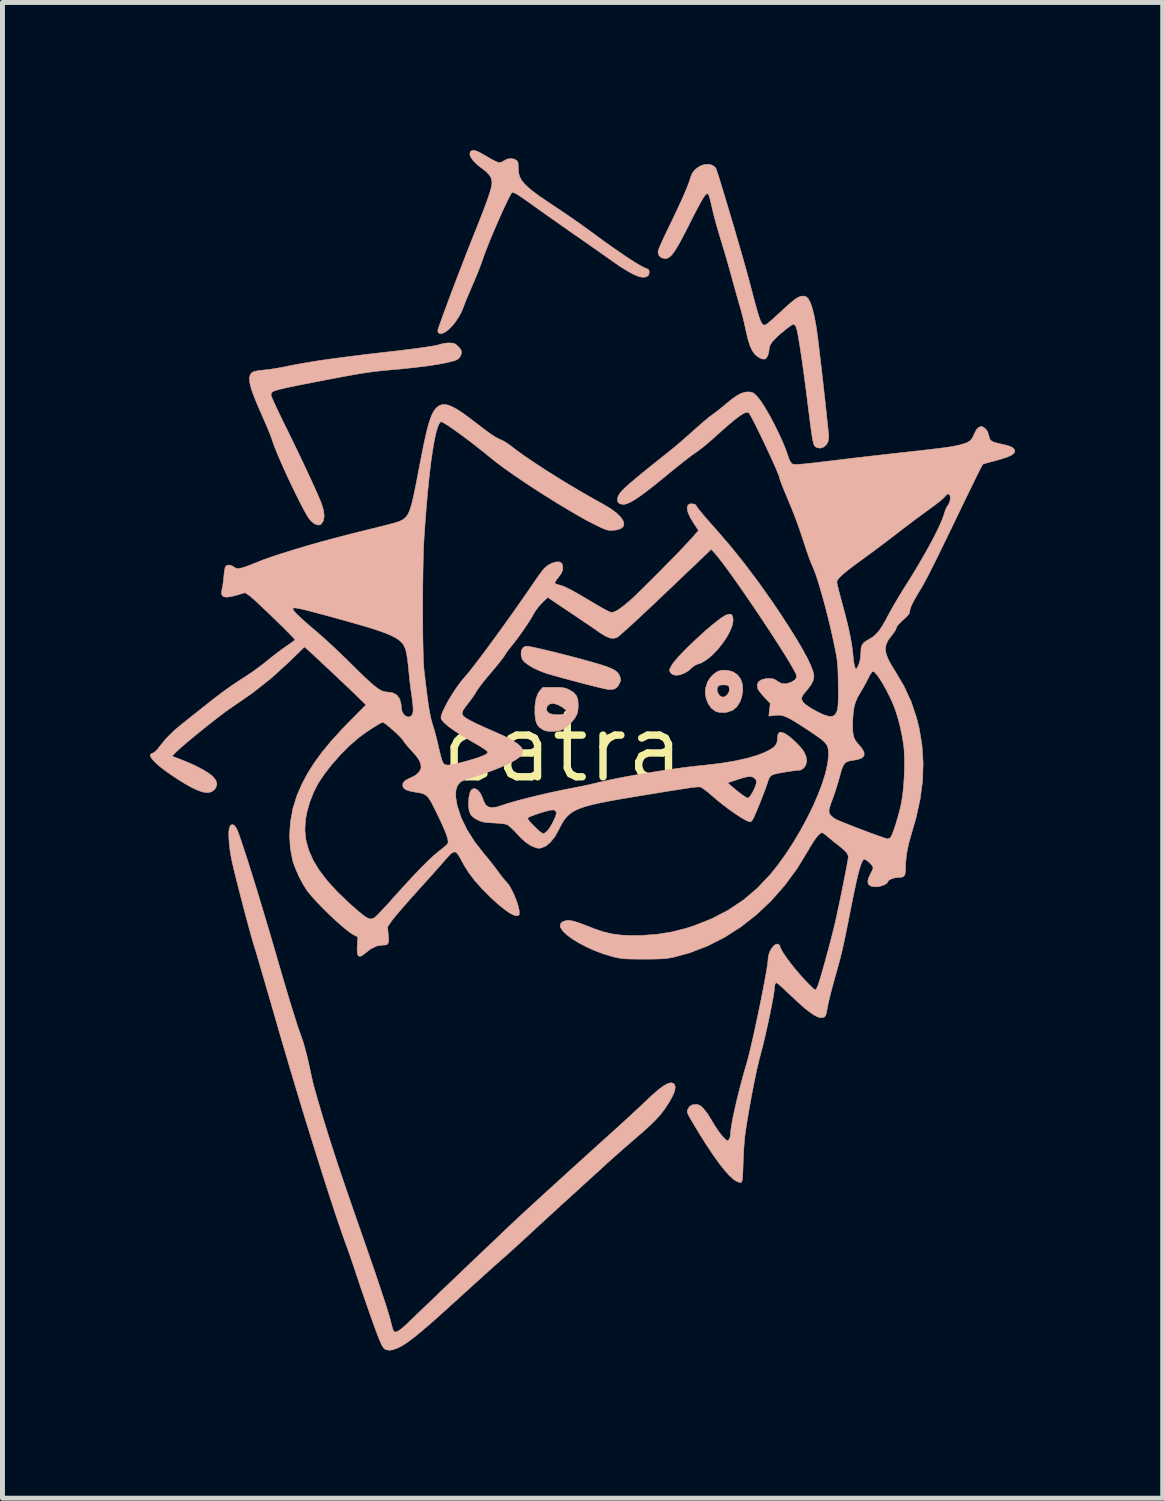
<source format=kicad_pcb>
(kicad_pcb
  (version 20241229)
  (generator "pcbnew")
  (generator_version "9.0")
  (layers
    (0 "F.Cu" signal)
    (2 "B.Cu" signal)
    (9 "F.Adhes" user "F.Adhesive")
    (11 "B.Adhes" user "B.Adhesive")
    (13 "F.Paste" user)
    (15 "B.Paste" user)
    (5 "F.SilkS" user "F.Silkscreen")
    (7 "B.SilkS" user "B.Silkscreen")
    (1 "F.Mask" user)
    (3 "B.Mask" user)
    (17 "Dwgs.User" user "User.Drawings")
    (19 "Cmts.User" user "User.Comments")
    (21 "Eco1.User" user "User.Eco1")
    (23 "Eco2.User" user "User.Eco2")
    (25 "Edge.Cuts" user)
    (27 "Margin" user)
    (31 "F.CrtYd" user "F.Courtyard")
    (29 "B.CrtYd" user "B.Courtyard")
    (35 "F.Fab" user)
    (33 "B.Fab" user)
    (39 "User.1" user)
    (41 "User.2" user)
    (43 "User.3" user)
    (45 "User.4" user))
  (footprint "catra"
    (layer "F.Cu")
    (at 8.384 12.151)
    (property "Reference" "catra" (at 0 0 0) (layer "F.SilkS") (effects (font (size 1.27 1.27) (thickness 0.15))))
    (attr through_hole)
    (fp_poly (pts (xy 3.433 -2.711) (xy 3.455 -2.66) (xy 3.46 -2.598) (xy 3.442 -2.494) (xy 3.394 -2.374) (xy 3.323 -2.245) (xy 3.234 -2.116) (xy 3.133 -1.993) (xy 3.025 -1.883) (xy 2.917 -1.795) (xy 2.815 -1.735) (xy 2.765 -1.717) (xy 2.698 -1.692) (xy 2.644 -1.658) (xy 2.634 -1.648) (xy 2.554 -1.575) (xy 2.464 -1.522) (xy 2.374 -1.49) (xy 2.292 -1.482) (xy 2.225 -1.501) (xy 2.189 -1.534) (xy 2.171 -1.567) (xy 2.168 -1.597) (xy 2.185 -1.636) (xy 2.213 -1.686) (xy 2.26 -1.753) (xy 2.335 -1.841) (xy 2.43 -1.943) (xy 2.541 -2.055) (xy 2.663 -2.172) (xy 2.789 -2.289) (xy 2.915 -2.402) (xy 3.035 -2.504) (xy 3.144 -2.592) (xy 3.236 -2.659) (xy 3.307 -2.702) (xy 3.321 -2.708) (xy 3.389 -2.726) (xy 3.433 -2.711)) (stroke (width 0.01) (type solid)) (fill yes) (layer "B.SilkS"))
    (fp_poly (pts (xy 3.345 -1.583) (xy 3.458 -1.553) (xy 3.548 -1.492) (xy 3.613 -1.405) (xy 3.65 -1.297) (xy 3.657 -1.172) (xy 3.633 -1.036) (xy 3.602 -0.95) (xy 3.536 -0.842) (xy 3.445 -0.769) (xy 3.331 -0.731) (xy 3.284 -0.725) (xy 3.17 -0.73) (xy 3.097 -0.753) (xy 3.015 -0.817) (xy 2.951 -0.91) (xy 2.909 -1.021) (xy 2.893 -1.14) (xy 2.902 -1.222) (xy 3.136 -1.222) (xy 3.136 -1.163) (xy 3.16 -1.103) (xy 3.2 -1.057) (xy 3.253 -1.037) (xy 3.256 -1.037) (xy 3.297 -1.052) (xy 3.341 -1.087) (xy 3.342 -1.088) (xy 3.379 -1.149) (xy 3.383 -1.209) (xy 3.375 -1.254) (xy 3.356 -1.276) (xy 3.312 -1.285) (xy 3.285 -1.287) (xy 3.221 -1.286) (xy 3.172 -1.274) (xy 3.163 -1.269) (xy 3.136 -1.222) (xy 2.902 -1.222) (xy 2.903 -1.231) (xy 2.94 -1.347) (xy 2.998 -1.438) (xy 3.058 -1.499) (xy 3.131 -1.553) (xy 3.204 -1.581) (xy 3.293 -1.586) (xy 3.345 -1.583)) (stroke (width 0.01) (type solid)) (fill yes) (layer "B.SilkS"))
    (fp_poly (pts (xy -0.69 -2.069) (xy -0.61 -2.054) (xy -0.502 -2.03) (xy -0.369 -1.999) (xy -0.219 -1.963) (xy -0.057 -1.923) (xy 0.111 -1.88) (xy 0.28 -1.836) (xy 0.443 -1.792) (xy 0.595 -1.749) (xy 0.629 -1.739) (xy 0.787 -1.692) (xy 0.908 -1.651) (xy 1 -1.614) (xy 1.065 -1.578) (xy 1.111 -1.539) (xy 1.143 -1.496) (xy 1.156 -1.468) (xy 1.174 -1.411) (xy 1.17 -1.363) (xy 1.156 -1.326) (xy 1.111 -1.249) (xy 1.052 -1.205) (xy 0.97 -1.192) (xy 0.889 -1.2) (xy 0.833 -1.212) (xy 0.744 -1.233) (xy 0.629 -1.261) (xy 0.495 -1.295) (xy 0.349 -1.333) (xy 0.198 -1.373) (xy 0.051 -1.412) (xy -0.086 -1.45) (xy -0.205 -1.483) (xy -0.3 -1.511) (xy -0.354 -1.528) (xy -0.48 -1.576) (xy -0.597 -1.631) (xy -0.698 -1.691) (xy -0.775 -1.749) (xy -0.821 -1.801) (xy -0.827 -1.814) (xy -0.849 -1.905) (xy -0.843 -1.983) (xy -0.812 -2.041) (xy -0.76 -2.072) (xy -0.735 -2.074) (xy -0.69 -2.069)) (stroke (width 0.01) (type solid)) (fill yes) (layer "B.SilkS"))
    (fp_poly (pts (xy -0.082 -1.237) (xy -0.008 -1.232) (xy 0.049 -1.221) (xy 0.1 -1.202) (xy 0.138 -1.184) (xy 0.225 -1.128) (xy 0.281 -1.06) (xy 0.309 -0.971) (xy 0.313 -0.854) (xy 0.313 -0.843) (xy 0.305 -0.756) (xy 0.287 -0.69) (xy 0.253 -0.626) (xy 0.234 -0.598) (xy 0.173 -0.524) (xy 0.097 -0.452) (xy 0.058 -0.422) (xy -0.01 -0.38) (xy -0.073 -0.357) (xy -0.15 -0.346) (xy -0.187 -0.343) (xy -0.285 -0.343) (xy -0.356 -0.356) (xy -0.401 -0.375) (xy -0.473 -0.423) (xy -0.522 -0.482) (xy -0.551 -0.563) (xy -0.566 -0.674) (xy -0.567 -0.693) (xy -0.567 -0.806) (xy -0.332 -0.806) (xy -0.322 -0.754) (xy -0.281 -0.712) (xy -0.259 -0.702) (xy -0.188 -0.686) (xy -0.104 -0.68) (xy -0.023 -0.684) (xy 0.039 -0.699) (xy 0.054 -0.707) (xy 0.081 -0.73) (xy 0.08 -0.751) (xy 0.053 -0.784) (xy -0.013 -0.837) (xy -0.095 -0.882) (xy -0.177 -0.907) (xy -0.208 -0.91) (xy -0.272 -0.895) (xy -0.315 -0.856) (xy -0.332 -0.806) (xy -0.567 -0.806) (xy -0.566 -0.859) (xy -0.545 -1.001) (xy -0.505 -1.113) (xy -0.465 -1.171) (xy -0.406 -1.238) (xy -0.187 -1.238) (xy -0.082 -1.237)) (stroke (width 0.01) (type solid)) (fill yes) (layer "B.SilkS"))
    (fp_poly (pts (xy -2.233 -8.23) (xy -2.184 -8.212) (xy -2.135 -8.171) (xy -2.125 -8.162) (xy -2.074 -8.103) (xy -2.056 -8.052) (xy -2.068 -7.995) (xy -2.085 -7.958) (xy -2.118 -7.915) (xy -2.171 -7.884) (xy -2.228 -7.865) (xy -2.375 -7.83) (xy -2.556 -7.796) (xy -2.771 -7.764) (xy -3.024 -7.733) (xy -3.316 -7.703) (xy -3.429 -7.693) (xy -3.583 -7.679) (xy -3.722 -7.665) (xy -3.852 -7.649) (xy -3.982 -7.632) (xy -4.118 -7.611) (xy -4.268 -7.585) (xy -4.439 -7.554) (xy -4.638 -7.517) (xy -4.826 -7.481) (xy -5.068 -7.434) (xy -5.271 -7.394) (xy -5.44 -7.36) (xy -5.576 -7.332) (xy -5.685 -7.308) (xy -5.768 -7.287) (xy -5.83 -7.27) (xy -5.873 -7.253) (xy -5.901 -7.238) (xy -5.917 -7.222) (xy -5.924 -7.205) (xy -5.927 -7.186) (xy -5.927 -7.173) (xy -5.918 -7.143) (xy -5.892 -7.081) (xy -5.851 -6.991) (xy -5.799 -6.878) (xy -5.736 -6.747) (xy -5.666 -6.603) (xy -5.631 -6.533) (xy -5.526 -6.319) (xy -5.421 -6.103) (xy -5.319 -5.889) (xy -5.222 -5.684) (xy -5.132 -5.491) (xy -5.052 -5.316) (xy -4.984 -5.164) (xy -4.931 -5.041) (xy -4.898 -4.957) (xy -4.86 -4.83) (xy -4.848 -4.718) (xy -4.862 -4.628) (xy -4.872 -4.608) (xy -4.912 -4.551) (xy -4.959 -4.533) (xy -5.025 -4.549) (xy -5.028 -4.55) (xy -5.067 -4.576) (xy -5.118 -4.622) (xy -5.143 -4.649) (xy -5.178 -4.699) (xy -5.227 -4.782) (xy -5.287 -4.892) (xy -5.355 -5.025) (xy -5.429 -5.173) (xy -5.506 -5.333) (xy -5.584 -5.497) (xy -5.659 -5.661) (xy -5.729 -5.819) (xy -5.792 -5.964) (xy -5.844 -6.092) (xy -5.883 -6.197) (xy -5.906 -6.266) (xy -5.922 -6.314) (xy -5.953 -6.393) (xy -5.995 -6.496) (xy -6.046 -6.614) (xy -6.101 -6.74) (xy -6.108 -6.756) (xy -6.195 -6.955) (xy -6.263 -7.12) (xy -6.313 -7.255) (xy -6.346 -7.364) (xy -6.363 -7.451) (xy -6.366 -7.518) (xy -6.363 -7.542) (xy -6.349 -7.591) (xy -6.323 -7.625) (xy -6.279 -7.65) (xy -6.21 -7.667) (xy -6.107 -7.68) (xy -6.064 -7.685) (xy -5.948 -7.698) (xy -5.815 -7.719) (xy -5.689 -7.741) (xy -5.658 -7.748) (xy -5.505 -7.779) (xy -5.342 -7.81) (xy -5.167 -7.84) (xy -4.975 -7.871) (xy -4.762 -7.902) (xy -4.525 -7.934) (xy -4.259 -7.968) (xy -3.96 -8.005) (xy -3.625 -8.044) (xy -3.45 -8.064) (xy -3.189 -8.095) (xy -2.968 -8.123) (xy -2.788 -8.149) (xy -2.646 -8.171) (xy -2.541 -8.192) (xy -2.472 -8.21) (xy -2.464 -8.213) (xy -2.411 -8.226) (xy -2.337 -8.233) (xy -2.304 -8.234) (xy -2.233 -8.23)) (stroke (width 0.01) (type solid)) (fill yes) (layer "B.SilkS"))
    (fp_poly (pts (xy -1.786 -12.143) (xy -1.729 -12.123) (xy -1.649 -12.082) (xy -1.542 -12.02) (xy -1.531 -12.013) (xy -1.447 -11.964) (xy -1.371 -11.926) (xy -1.315 -11.901) (xy -1.291 -11.896) (xy -1.242 -11.908) (xy -1.191 -11.938) (xy -1.128 -11.97) (xy -1.056 -11.979) (xy -0.988 -11.969) (xy -0.935 -11.94) (xy -0.909 -11.895) (xy -0.908 -11.889) (xy -0.907 -11.855) (xy -0.905 -11.794) (xy -0.903 -11.746) (xy -0.895 -11.675) (xy -0.875 -11.607) (xy -0.839 -11.54) (xy -0.783 -11.47) (xy -0.706 -11.394) (xy -0.603 -11.31) (xy -0.472 -11.213) (xy -0.309 -11.102) (xy -0.148 -10.995) (xy -0.019 -10.909) (xy 0.132 -10.806) (xy 0.293 -10.694) (xy 0.449 -10.582) (xy 0.59 -10.48) (xy 0.593 -10.478) (xy 0.804 -10.323) (xy 1.001 -10.183) (xy 1.18 -10.059) (xy 1.338 -9.952) (xy 1.474 -9.866) (xy 1.583 -9.801) (xy 1.664 -9.76) (xy 1.703 -9.745) (xy 1.745 -9.723) (xy 1.757 -9.677) (xy 1.757 -9.675) (xy 1.744 -9.613) (xy 1.703 -9.578) (xy 1.629 -9.567) (xy 1.628 -9.567) (xy 1.55 -9.581) (xy 1.447 -9.622) (xy 1.318 -9.692) (xy 1.161 -9.79) (xy 0.976 -9.918) (xy 0.974 -9.92) (xy 0.867 -9.995) (xy 0.736 -10.088) (xy 0.592 -10.189) (xy 0.443 -10.293) (xy 0.302 -10.392) (xy 0.275 -10.41) (xy 0.129 -10.511) (xy -0.033 -10.625) (xy -0.198 -10.741) (xy -0.354 -10.851) (xy -0.489 -10.947) (xy -0.497 -10.953) (xy -0.645 -11.058) (xy -0.761 -11.141) (xy -0.852 -11.203) (xy -0.919 -11.247) (xy -0.967 -11.275) (xy -1 -11.289) (xy -1.021 -11.292) (xy -1.035 -11.287) (xy -1.041 -11.28) (xy -1.072 -11.227) (xy -1.116 -11.141) (xy -1.17 -11.029) (xy -1.231 -10.896) (xy -1.297 -10.749) (xy -1.364 -10.595) (xy -1.43 -10.44) (xy -1.492 -10.29) (xy -1.547 -10.152) (xy -1.593 -10.032) (xy -1.626 -9.938) (xy -1.656 -9.851) (xy -1.699 -9.738) (xy -1.75 -9.61) (xy -1.805 -9.479) (xy -1.836 -9.409) (xy -1.886 -9.291) (xy -1.933 -9.181) (xy -1.972 -9.087) (xy -2 -9.016) (xy -2.011 -8.985) (xy -2.055 -8.873) (xy -2.114 -8.763) (xy -2.182 -8.661) (xy -2.256 -8.571) (xy -2.331 -8.498) (xy -2.402 -8.447) (xy -2.464 -8.422) (xy -2.514 -8.429) (xy -2.526 -8.438) (xy -2.539 -8.47) (xy -2.54 -8.485) (xy -2.533 -8.515) (xy -2.511 -8.58) (xy -2.477 -8.676) (xy -2.433 -8.799) (xy -2.379 -8.945) (xy -2.318 -9.11) (xy -2.251 -9.289) (xy -2.179 -9.478) (xy -2.104 -9.673) (xy -2.028 -9.87) (xy -1.953 -10.064) (xy -1.879 -10.253) (xy -1.808 -10.43) (xy -1.785 -10.488) (xy -1.694 -10.716) (xy -1.619 -10.908) (xy -1.559 -11.068) (xy -1.512 -11.2) (xy -1.478 -11.306) (xy -1.455 -11.389) (xy -1.443 -11.454) (xy -1.439 -11.499) (xy -1.452 -11.576) (xy -1.494 -11.649) (xy -1.569 -11.724) (xy -1.639 -11.778) (xy -1.745 -11.861) (xy -1.823 -11.941) (xy -1.873 -12.014) (xy -1.891 -12.076) (xy -1.875 -12.122) (xy -1.861 -12.134) (xy -1.828 -12.146) (xy -1.786 -12.143)) (stroke (width 0.01) (type solid)) (fill yes) (layer "B.SilkS"))
    (fp_poly (pts (xy 3.003 -11.857) (xy 3.063 -11.828) (xy 3.105 -11.79) (xy 3.108 -11.785) (xy 3.121 -11.75) (xy 3.145 -11.679) (xy 3.178 -11.576) (xy 3.218 -11.446) (xy 3.265 -11.294) (xy 3.316 -11.123) (xy 3.371 -10.939) (xy 3.429 -10.746) (xy 3.487 -10.549) (xy 3.544 -10.352) (xy 3.6 -10.16) (xy 3.653 -9.976) (xy 3.701 -9.807) (xy 3.743 -9.655) (xy 3.778 -9.527) (xy 3.798 -9.451) (xy 3.854 -9.237) (xy 3.901 -9.06) (xy 3.94 -8.918) (xy 3.973 -8.806) (xy 4.001 -8.723) (xy 4.026 -8.663) (xy 4.048 -8.625) (xy 4.069 -8.604) (xy 4.09 -8.597) (xy 4.113 -8.601) (xy 4.128 -8.607) (xy 4.157 -8.627) (xy 4.211 -8.672) (xy 4.282 -8.734) (xy 4.364 -8.809) (xy 4.41 -8.851) (xy 4.535 -8.967) (xy 4.636 -9.056) (xy 4.716 -9.119) (xy 4.781 -9.16) (xy 4.835 -9.182) (xy 4.883 -9.187) (xy 4.929 -9.178) (xy 4.942 -9.173) (xy 4.985 -9.136) (xy 5.027 -9.059) (xy 5.068 -8.94) (xy 5.107 -8.781) (xy 5.145 -8.58) (xy 5.153 -8.53) (xy 5.162 -8.463) (xy 5.176 -8.363) (xy 5.192 -8.234) (xy 5.21 -8.081) (xy 5.23 -7.911) (xy 5.252 -7.727) (xy 5.274 -7.535) (xy 5.296 -7.341) (xy 5.317 -7.149) (xy 5.338 -6.965) (xy 5.356 -6.793) (xy 5.372 -6.64) (xy 5.386 -6.509) (xy 5.396 -6.407) (xy 5.402 -6.338) (xy 5.403 -6.313) (xy 5.389 -6.229) (xy 5.349 -6.161) (xy 5.291 -6.115) (xy 5.224 -6.096) (xy 5.156 -6.11) (xy 5.136 -6.123) (xy 5.122 -6.135) (xy 5.11 -6.152) (xy 5.099 -6.177) (xy 5.088 -6.215) (xy 5.076 -6.269) (xy 5.063 -6.344) (xy 5.049 -6.443) (xy 5.031 -6.569) (xy 5.011 -6.727) (xy 4.986 -6.92) (xy 4.965 -7.091) (xy 4.928 -7.381) (xy 4.893 -7.644) (xy 4.86 -7.88) (xy 4.829 -8.085) (xy 4.802 -8.257) (xy 4.778 -8.394) (xy 4.757 -8.494) (xy 4.74 -8.555) (xy 4.737 -8.564) (xy 4.71 -8.602) (xy 4.687 -8.615) (xy 4.659 -8.602) (xy 4.608 -8.569) (xy 4.545 -8.523) (xy 4.537 -8.516) (xy 4.41 -8.411) (xy 4.316 -8.324) (xy 4.25 -8.251) (xy 4.211 -8.187) (xy 4.193 -8.127) (xy 4.191 -8.1) (xy 4.181 -8.027) (xy 4.156 -7.961) (xy 4.123 -7.915) (xy 4.106 -7.906) (xy 4.052 -7.908) (xy 3.985 -7.937) (xy 3.918 -7.988) (xy 3.901 -8.005) (xy 3.851 -8.074) (xy 3.806 -8.17) (xy 3.764 -8.298) (xy 3.724 -8.464) (xy 3.717 -8.5) (xy 3.69 -8.622) (xy 3.66 -8.75) (xy 3.629 -8.866) (xy 3.611 -8.932) (xy 3.588 -9.009) (xy 3.557 -9.118) (xy 3.521 -9.247) (xy 3.481 -9.389) (xy 3.442 -9.532) (xy 3.438 -9.546) (xy 3.392 -9.712) (xy 3.339 -9.898) (xy 3.284 -10.087) (xy 3.231 -10.265) (xy 3.195 -10.382) (xy 3.152 -10.524) (xy 3.111 -10.67) (xy 3.074 -10.808) (xy 3.044 -10.928) (xy 3.026 -11.007) (xy 3.005 -11.101) (xy 2.984 -11.181) (xy 2.965 -11.237) (xy 2.954 -11.257) (xy 2.938 -11.266) (xy 2.919 -11.262) (xy 2.895 -11.24) (xy 2.864 -11.198) (xy 2.824 -11.132) (xy 2.773 -11.04) (xy 2.708 -10.918) (xy 2.629 -10.764) (xy 2.561 -10.629) (xy 2.467 -10.445) (xy 2.388 -10.295) (xy 2.321 -10.178) (xy 2.265 -10.089) (xy 2.216 -10.025) (xy 2.172 -9.983) (xy 2.131 -9.958) (xy 2.09 -9.949) (xy 2.078 -9.948) (xy 2.003 -9.965) (xy 1.953 -10.009) (xy 1.934 -10.074) (xy 1.937 -10.103) (xy 1.95 -10.142) (xy 1.979 -10.213) (xy 2.021 -10.307) (xy 2.072 -10.418) (xy 2.131 -10.539) (xy 2.142 -10.562) (xy 2.245 -10.775) (xy 2.337 -10.971) (xy 2.418 -11.147) (xy 2.485 -11.3) (xy 2.537 -11.426) (xy 2.573 -11.521) (xy 2.591 -11.583) (xy 2.591 -11.584) (xy 2.627 -11.678) (xy 2.692 -11.76) (xy 2.778 -11.822) (xy 2.874 -11.859) (xy 2.97 -11.864) (xy 3.003 -11.857)) (stroke (width 0.01) (type solid)) (fill yes) (layer "B.SilkS"))
    (fp_poly (pts (xy 4.5 -0.305) (xy 4.571 -0.261) (xy 4.656 -0.193) (xy 4.744 -0.111) (xy 4.825 -0.026) (xy 4.886 0.052) (xy 4.893 0.062) (xy 4.941 0.164) (xy 4.955 0.26) (xy 4.935 0.345) (xy 4.901 0.393) (xy 4.858 0.428) (xy 4.824 0.445) (xy 4.822 0.445) (xy 4.761 0.449) (xy 4.676 0.46) (xy 4.576 0.474) (xy 4.474 0.491) (xy 4.382 0.508) (xy 4.31 0.524) (xy 4.273 0.535) (xy 4.229 0.559) (xy 4.2 0.593) (xy 4.174 0.651) (xy 4.162 0.69) (xy 4.135 0.769) (xy 4.097 0.874) (xy 4.051 0.992) (xy 4.003 1.115) (xy 3.955 1.232) (xy 3.912 1.333) (xy 3.879 1.407) (xy 3.872 1.422) (xy 3.841 1.474) (xy 3.814 1.494) (xy 3.783 1.491) (xy 3.717 1.463) (xy 3.625 1.41) (xy 3.516 1.339) (xy 3.394 1.254) (xy 3.267 1.158) (xy 3.141 1.058) (xy 3.022 0.956) (xy 3.006 0.942) (xy 2.933 0.881) (xy 2.866 0.83) (xy 2.815 0.797) (xy 2.797 0.79) (xy 2.781 0.787) (xy 2.759 0.786) (xy 2.727 0.787) (xy 2.684 0.791) (xy 2.625 0.798) (xy 2.547 0.809) (xy 2.447 0.824) (xy 2.322 0.844) (xy 2.168 0.868) (xy 1.983 0.898) (xy 1.764 0.934) (xy 1.506 0.976) (xy 1.45 0.985) (xy 1.179 1.031) (xy 0.946 1.073) (xy 0.748 1.112) (xy 0.581 1.15) (xy 0.442 1.189) (xy 0.326 1.23) (xy 0.232 1.274) (xy 0.154 1.324) (xy 0.09 1.381) (xy 0.035 1.446) (xy -0.013 1.521) (xy -0.059 1.607) (xy -0.076 1.642) (xy -0.16 1.794) (xy -0.252 1.91) (xy -0.348 1.989) (xy -0.448 2.028) (xy -0.493 2.032) (xy -0.539 2.023) (xy -0.604 1.999) (xy -0.652 1.977) (xy -0.747 1.915) (xy -0.858 1.814) (xy -0.921 1.747) (xy -0.991 1.673) (xy -1.057 1.61) (xy -1.11 1.566) (xy -1.138 1.549) (xy -1.184 1.539) (xy -1.259 1.529) (xy -1.353 1.521) (xy -1.411 1.518) (xy -1.522 1.512) (xy -1.604 1.501) (xy -1.669 1.484) (xy -1.727 1.459) (xy -1.788 1.422) (xy -0.715 1.422) (xy -0.703 1.449) (xy -0.667 1.495) (xy -0.614 1.552) (xy -0.554 1.613) (xy -0.493 1.669) (xy -0.441 1.712) (xy -0.404 1.734) (xy -0.398 1.736) (xy -0.364 1.721) (xy -0.321 1.686) (xy -0.313 1.677) (xy -0.27 1.622) (xy -0.225 1.547) (xy -0.183 1.465) (xy -0.15 1.388) (xy -0.132 1.328) (xy -0.131 1.305) (xy -0.154 1.265) (xy -0.191 1.253) (xy -0.236 1.256) (xy -0.305 1.271) (xy -0.391 1.294) (xy -0.482 1.322) (xy -0.569 1.352) (xy -0.644 1.38) (xy -0.696 1.405) (xy -0.715 1.422) (xy -1.788 1.422) (xy -1.814 1.407) (xy -1.87 1.35) (xy -1.902 1.277) (xy -1.915 1.178) (xy -1.916 1.126) (xy -1.908 0.997) (xy -1.887 0.901) (xy -1.854 0.841) (xy -1.809 0.817) (xy -1.756 0.832) (xy -1.713 0.866) (xy -1.668 0.927) (xy -1.635 1) (xy -1.631 1.01) (xy -1.605 1.08) (xy -1.571 1.143) (xy -1.565 1.151) (xy -1.512 1.192) (xy -1.438 1.206) (xy -1.338 1.193) (xy -1.215 1.154) (xy -1.128 1.124) (xy -1.006 1.089) (xy -0.859 1.048) (xy -0.692 1.005) (xy -0.514 0.962) (xy -0.332 0.919) (xy -0.155 0.88) (xy 0.012 0.845) (xy 0.125 0.823) (xy 0.265 0.796) (xy 0.412 0.766) (xy 0.553 0.736) (xy 0.671 0.708) (xy 0.694 0.703) (xy 3.348 0.703) (xy 3.415 0.761) (xy 3.539 0.865) (xy 3.638 0.942) (xy 3.711 0.991) (xy 3.756 1.012) (xy 3.765 1.012) (xy 3.791 0.991) (xy 3.827 0.942) (xy 3.866 0.875) (xy 3.868 0.87) (xy 3.913 0.772) (xy 3.933 0.7) (xy 3.928 0.649) (xy 3.899 0.611) (xy 3.89 0.604) (xy 3.851 0.583) (xy 3.807 0.574) (xy 3.749 0.579) (xy 3.669 0.598) (xy 3.56 0.632) (xy 3.546 0.637) (xy 3.348 0.703) (xy 0.694 0.703) (xy 0.708 0.699) (xy 0.864 0.662) (xy 1.055 0.622) (xy 1.272 0.58) (xy 1.507 0.538) (xy 1.754 0.497) (xy 2.003 0.457) (xy 2.248 0.421) (xy 2.48 0.389) (xy 2.692 0.364) (xy 2.825 0.35) (xy 3.171 0.311) (xy 3.476 0.262) (xy 3.739 0.205) (xy 3.962 0.139) (xy 4.102 0.084) (xy 4.214 0.027) (xy 4.29 -0.025) (xy 4.336 -0.081) (xy 4.357 -0.145) (xy 4.36 -0.192) (xy 4.368 -0.273) (xy 4.392 -0.317) (xy 4.436 -0.326) (xy 4.5 -0.305)) (stroke (width 0.01) (type solid)) (fill yes) (layer "B.SilkS"))
    (fp_poly (pts (xy -6.675 1.566) (xy -6.632 1.624) (xy -6.609 1.674) (xy -6.576 1.762) (xy -6.533 1.885) (xy -6.482 2.039) (xy -6.422 2.222) (xy -6.356 2.43) (xy -6.284 2.66) (xy -6.207 2.909) (xy -6.127 3.175) (xy -6.043 3.453) (xy -5.957 3.741) (xy -5.871 4.036) (xy -5.79 4.314) (xy -5.724 4.541) (xy -5.659 4.763) (xy -5.596 4.975) (xy -5.536 5.173) (xy -5.481 5.351) (xy -5.432 5.506) (xy -5.392 5.633) (xy -5.36 5.727) (xy -5.342 5.774) (xy -5.269 5.986) (xy -5.201 6.238) (xy -5.163 6.403) (xy -5.135 6.531) (xy -5.109 6.65) (xy -5.086 6.753) (xy -5.068 6.83) (xy -5.058 6.869) (xy -4.965 7.194) (xy -4.865 7.533) (xy -4.755 7.887) (xy -4.635 8.262) (xy -4.502 8.662) (xy -4.356 9.091) (xy -4.196 9.553) (xy -4.128 9.747) (xy -4.01 10.085) (xy -3.902 10.396) (xy -3.804 10.68) (xy -3.719 10.935) (xy -3.645 11.158) (xy -3.583 11.348) (xy -3.535 11.504) (xy -3.501 11.624) (xy -3.481 11.703) (xy -3.463 11.775) (xy -3.442 11.831) (xy -3.426 11.855) (xy -3.393 11.86) (xy -3.346 11.841) (xy -3.281 11.796) (xy -3.196 11.722) (xy -3.097 11.628) (xy -3.048 11.581) (xy -2.972 11.507) (xy -2.872 11.411) (xy -2.752 11.296) (xy -2.614 11.164) (xy -2.464 11.02) (xy -2.304 10.867) (xy -2.137 10.708) (xy -1.967 10.545) (xy -1.798 10.384) (xy -1.632 10.226) (xy -1.474 10.076) (xy -1.327 9.936) (xy -1.194 9.809) (xy -1.079 9.7) (xy -0.994 9.619) (xy -0.923 9.553) (xy -0.824 9.462) (xy -0.701 9.348) (xy -0.557 9.216) (xy -0.397 9.069) (xy -0.223 8.911) (xy -0.039 8.743) (xy 0.151 8.57) (xy 0.344 8.396) (xy 0.535 8.222) (xy 0.722 8.053) (xy 0.9 7.892) (xy 1.019 7.785) (xy 1.149 7.668) (xy 1.284 7.544) (xy 1.416 7.422) (xy 1.538 7.309) (xy 1.641 7.212) (xy 1.686 7.169) (xy 1.831 7.033) (xy 1.952 6.929) (xy 2.052 6.856) (xy 2.132 6.812) (xy 2.195 6.796) (xy 2.242 6.806) (xy 2.261 6.82) (xy 2.284 6.873) (xy 2.275 6.953) (xy 2.233 7.06) (xy 2.159 7.193) (xy 2.144 7.217) (xy 2.083 7.309) (xy 2.022 7.393) (xy 1.957 7.473) (xy 1.88 7.556) (xy 1.789 7.646) (xy 1.677 7.749) (xy 1.539 7.87) (xy 1.471 7.928) (xy 1.343 8.039) (xy 1.212 8.153) (xy 1.087 8.264) (xy 0.973 8.365) (xy 0.88 8.449) (xy 0.836 8.489) (xy 0.762 8.558) (xy 0.663 8.648) (xy 0.546 8.755) (xy 0.419 8.87) (xy 0.288 8.989) (xy 0.18 9.088) (xy 0.036 9.218) (xy -0.123 9.363) (xy -0.287 9.514) (xy -0.446 9.66) (xy -0.589 9.792) (xy -0.656 9.854) (xy -0.776 9.965) (xy -0.899 10.077) (xy -1.016 10.184) (xy -1.12 10.278) (xy -1.204 10.353) (xy -1.238 10.382) (xy -1.3 10.437) (xy -1.388 10.515) (xy -1.497 10.612) (xy -1.62 10.724) (xy -1.754 10.845) (xy -1.892 10.97) (xy -1.981 11.051) (xy -2.207 11.256) (xy -2.404 11.435) (xy -2.576 11.589) (xy -2.725 11.72) (xy -2.854 11.83) (xy -2.965 11.922) (xy -3.06 11.997) (xy -3.142 12.058) (xy -3.214 12.107) (xy -3.278 12.146) (xy -3.337 12.176) (xy -3.347 12.181) (xy -3.448 12.22) (xy -3.528 12.231) (xy -3.6 12.215) (xy -3.614 12.209) (xy -3.645 12.18) (xy -3.681 12.119) (xy -3.724 12.022) (xy -3.744 11.972) (xy -3.786 11.862) (xy -3.838 11.72) (xy -3.898 11.552) (xy -3.963 11.366) (xy -4.031 11.171) (xy -4.1 10.972) (xy -4.165 10.778) (xy -4.223 10.604) (xy -4.268 10.47) (xy -4.318 10.325) (xy -4.367 10.184) (xy -4.41 10.066) (xy -4.414 10.054) (xy -4.475 9.884) (xy -4.546 9.678) (xy -4.627 9.439) (xy -4.715 9.17) (xy -4.81 8.877) (xy -4.91 8.562) (xy -5.015 8.23) (xy -5.123 7.884) (xy -5.233 7.529) (xy -5.343 7.169) (xy -5.452 6.806) (xy -5.56 6.446) (xy -5.664 6.092) (xy -5.765 5.748) (xy -5.813 5.58) (xy -5.881 5.345) (xy -5.947 5.116) (xy -6.011 4.896) (xy -6.071 4.69) (xy -6.125 4.503) (xy -6.174 4.338) (xy -6.214 4.201) (xy -6.246 4.095) (xy -6.268 4.025) (xy -6.268 4.024) (xy -6.297 3.929) (xy -6.333 3.802) (xy -6.375 3.65) (xy -6.421 3.48) (xy -6.47 3.297) (xy -6.519 3.109) (xy -6.567 2.922) (xy -6.613 2.742) (xy -6.655 2.576) (xy -6.69 2.43) (xy -6.718 2.31) (xy -6.736 2.224) (xy -6.739 2.212) (xy -6.761 2.072) (xy -6.777 1.935) (xy -6.785 1.808) (xy -6.786 1.704) (xy -6.778 1.63) (xy -6.778 1.63) (xy -6.753 1.569) (xy -6.717 1.548) (xy -6.675 1.566)) (stroke (width 0.01) (type solid)) (fill yes) (layer "B.SilkS"))
    (fp_poly (pts (xy 3.824 -7.235) (xy 3.868 -7.219) (xy 3.914 -7.181) (xy 3.949 -7.146) (xy 4.008 -7.073) (xy 4.079 -6.968) (xy 4.157 -6.837) (xy 4.239 -6.69) (xy 4.321 -6.532) (xy 4.399 -6.37) (xy 4.47 -6.214) (xy 4.529 -6.068) (xy 4.566 -5.964) (xy 4.598 -5.872) (xy 4.627 -5.814) (xy 4.657 -5.781) (xy 4.671 -5.773) (xy 4.694 -5.768) (xy 4.736 -5.766) (xy 4.799 -5.768) (xy 4.887 -5.775) (xy 5.004 -5.787) (xy 5.154 -5.804) (xy 5.34 -5.826) (xy 5.446 -5.839) (xy 5.656 -5.864) (xy 5.895 -5.893) (xy 6.15 -5.922) (xy 6.409 -5.952) (xy 6.659 -5.981) (xy 6.888 -6.006) (xy 6.943 -6.012) (xy 7.176 -6.038) (xy 7.372 -6.06) (xy 7.534 -6.079) (xy 7.668 -6.095) (xy 7.777 -6.11) (xy 7.867 -6.123) (xy 7.941 -6.136) (xy 8.005 -6.148) (xy 8.062 -6.162) (xy 8.107 -6.173) (xy 8.208 -6.207) (xy 8.277 -6.249) (xy 8.324 -6.309) (xy 8.357 -6.382) (xy 8.399 -6.468) (xy 8.451 -6.519) (xy 8.493 -6.538) (xy 8.526 -6.533) (xy 8.565 -6.507) (xy 8.604 -6.471) (xy 8.632 -6.424) (xy 8.654 -6.355) (xy 8.666 -6.305) (xy 8.68 -6.27) (xy 8.71 -6.242) (xy 8.763 -6.217) (xy 8.845 -6.194) (xy 8.953 -6.17) (xy 9.067 -6.14) (xy 9.141 -6.105) (xy 9.178 -6.063) (xy 9.182 -6.025) (xy 9.162 -5.988) (xy 9.109 -5.951) (xy 9.023 -5.913) (xy 8.899 -5.873) (xy 8.784 -5.841) (xy 8.69 -5.816) (xy 8.61 -5.794) (xy 8.555 -5.777) (xy 8.533 -5.77) (xy 8.52 -5.749) (xy 8.491 -5.694) (xy 8.449 -5.611) (xy 8.395 -5.502) (xy 8.332 -5.373) (xy 8.261 -5.228) (xy 8.203 -5.108) (xy 8.059 -4.81) (xy 7.932 -4.547) (xy 7.821 -4.318) (xy 7.724 -4.119) (xy 7.64 -3.947) (xy 7.568 -3.8) (xy 7.506 -3.676) (xy 7.453 -3.571) (xy 7.408 -3.483) (xy 7.369 -3.409) (xy 7.335 -3.347) (xy 7.305 -3.294) (xy 7.278 -3.247) (xy 7.273 -3.24) (xy 7.188 -3.097) (xy 7.125 -2.985) (xy 7.082 -2.898) (xy 7.057 -2.833) (xy 7.049 -2.785) (xy 7.048 -2.781) (xy 7.031 -2.725) (xy 6.977 -2.664) (xy 6.971 -2.659) (xy 6.87 -2.569) (xy 6.805 -2.499) (xy 6.775 -2.449) (xy 6.773 -2.436) (xy 6.76 -2.402) (xy 6.726 -2.349) (xy 6.679 -2.289) (xy 6.611 -2.199) (xy 6.569 -2.113) (xy 6.553 -2.025) (xy 6.565 -1.93) (xy 6.604 -1.821) (xy 6.672 -1.693) (xy 6.75 -1.568) (xy 6.932 -1.259) (xy 7.076 -0.947) (xy 7.185 -0.623) (xy 7.238 -0.413) (xy 7.297 -0.059) (xy 7.32 0.296) (xy 7.309 0.656) (xy 7.261 1.026) (xy 7.177 1.41) (xy 7.092 1.704) (xy 7.026 1.937) (xy 6.984 2.144) (xy 6.965 2.334) (xy 6.964 2.401) (xy 6.961 2.501) (xy 6.95 2.566) (xy 6.925 2.603) (xy 6.88 2.62) (xy 6.812 2.625) (xy 6.805 2.625) (xy 6.742 2.633) (xy 6.678 2.653) (xy 6.628 2.679) (xy 6.604 2.707) (xy 6.604 2.71) (xy 6.585 2.742) (xy 6.535 2.774) (xy 6.466 2.799) (xy 6.389 2.813) (xy 6.356 2.815) (xy 6.268 2.804) (xy 6.214 2.771) (xy 6.195 2.715) (xy 6.211 2.635) (xy 6.261 2.531) (xy 6.264 2.526) (xy 6.296 2.465) (xy 6.303 2.421) (xy 6.281 2.379) (xy 6.23 2.326) (xy 6.221 2.318) (xy 6.169 2.274) (xy 6.137 2.256) (xy 6.115 2.26) (xy 6.102 2.271) (xy 6.079 2.306) (xy 6.054 2.369) (xy 6.025 2.462) (xy 5.992 2.587) (xy 5.955 2.747) (xy 5.913 2.944) (xy 5.865 3.18) (xy 5.841 3.302) (xy 5.798 3.52) (xy 5.761 3.703) (xy 5.729 3.859) (xy 5.7 3.994) (xy 5.673 4.115) (xy 5.645 4.229) (xy 5.615 4.344) (xy 5.582 4.466) (xy 5.544 4.601) (xy 5.514 4.71) (xy 5.476 4.847) (xy 5.44 4.982) (xy 5.41 5.106) (xy 5.387 5.209) (xy 5.374 5.276) (xy 5.358 5.367) (xy 5.341 5.424) (xy 5.319 5.456) (xy 5.308 5.463) (xy 5.259 5.476) (xy 5.197 5.466) (xy 5.121 5.431) (xy 5.027 5.369) (xy 4.914 5.28) (xy 4.779 5.161) (xy 4.645 5.035) (xy 4.554 4.949) (xy 4.473 4.874) (xy 4.407 4.815) (xy 4.362 4.776) (xy 4.341 4.763) (xy 4.317 4.782) (xy 4.301 4.835) (xy 4.297 4.897) (xy 4.292 4.945) (xy 4.279 5.029) (xy 4.259 5.139) (xy 4.234 5.27) (xy 4.205 5.415) (xy 4.173 5.567) (xy 4.139 5.719) (xy 4.106 5.864) (xy 4.075 5.995) (xy 4.047 6.106) (xy 4.034 6.154) (xy 3.988 6.33) (xy 3.938 6.542) (xy 3.888 6.783) (xy 3.837 7.044) (xy 3.787 7.32) (xy 3.739 7.604) (xy 3.703 7.842) (xy 3.694 7.92) (xy 3.685 8.029) (xy 3.676 8.158) (xy 3.669 8.298) (xy 3.664 8.414) (xy 3.66 8.554) (xy 3.655 8.657) (xy 3.65 8.729) (xy 3.644 8.776) (xy 3.636 8.803) (xy 3.626 8.816) (xy 3.611 8.822) (xy 3.608 8.822) (xy 3.566 8.814) (xy 3.509 8.786) (xy 3.48 8.767) (xy 3.393 8.691) (xy 3.291 8.578) (xy 3.175 8.431) (xy 3.047 8.252) (xy 2.908 8.043) (xy 2.777 7.834) (xy 2.695 7.698) (xy 2.632 7.593) (xy 2.586 7.515) (xy 2.555 7.459) (xy 2.537 7.419) (xy 2.529 7.391) (xy 2.528 7.371) (xy 2.533 7.352) (xy 2.537 7.341) (xy 2.576 7.277) (xy 2.635 7.243) (xy 2.723 7.236) (xy 2.735 7.237) (xy 2.791 7.26) (xy 2.857 7.32) (xy 2.932 7.414) (xy 3.011 7.54) (xy 3.028 7.569) (xy 3.087 7.667) (xy 3.151 7.764) (xy 3.212 7.846) (xy 3.244 7.883) (xy 3.297 7.938) (xy 3.33 7.967) (xy 3.351 7.972) (xy 3.368 7.959) (xy 3.376 7.949) (xy 3.397 7.901) (xy 3.408 7.836) (xy 3.408 7.825) (xy 3.414 7.752) (xy 3.43 7.645) (xy 3.455 7.509) (xy 3.489 7.351) (xy 3.528 7.178) (xy 3.573 6.994) (xy 3.621 6.807) (xy 3.671 6.623) (xy 3.722 6.447) (xy 3.732 6.413) (xy 3.759 6.319) (xy 3.79 6.194) (xy 3.826 6.045) (xy 3.865 5.875) (xy 3.905 5.692) (xy 3.946 5.5) (xy 3.987 5.305) (xy 4.027 5.112) (xy 4.063 4.926) (xy 4.096 4.754) (xy 4.125 4.599) (xy 4.147 4.469) (xy 4.162 4.367) (xy 4.169 4.301) (xy 4.169 4.291) (xy 4.179 4.209) (xy 4.206 4.131) (xy 4.243 4.065) (xy 4.286 4.013) (xy 4.33 3.983) (xy 4.37 3.977) (xy 4.402 4.002) (xy 4.416 4.038) (xy 4.44 4.096) (xy 4.49 4.178) (xy 4.56 4.279) (xy 4.647 4.394) (xy 4.746 4.515) (xy 4.852 4.638) (xy 4.961 4.756) (xy 4.982 4.778) (xy 5.042 4.838) (xy 5.091 4.884) (xy 5.122 4.908) (xy 5.128 4.911) (xy 5.147 4.893) (xy 5.171 4.849) (xy 5.177 4.835) (xy 5.195 4.785) (xy 5.222 4.7) (xy 5.255 4.588) (xy 5.293 4.456) (xy 5.334 4.309) (xy 5.376 4.155) (xy 5.417 4.001) (xy 5.456 3.852) (xy 5.491 3.717) (xy 5.519 3.602) (xy 5.522 3.588) (xy 5.55 3.467) (xy 5.58 3.327) (xy 5.613 3.174) (xy 5.646 3.015) (xy 5.679 2.854) (xy 5.71 2.699) (xy 5.739 2.554) (xy 5.763 2.426) (xy 5.782 2.322) (xy 5.795 2.246) (xy 5.8 2.205) (xy 5.8 2.203) (xy 5.789 2.159) (xy 5.754 2.108) (xy 5.691 2.046) (xy 5.596 1.969) (xy 5.567 1.947) (xy 5.492 1.888) (xy 5.412 1.821) (xy 5.382 1.795) (xy 5.328 1.751) (xy 5.284 1.722) (xy 5.265 1.714) (xy 5.224 1.734) (xy 5.169 1.79) (xy 5.103 1.88) (xy 5.027 2.001) (xy 4.985 2.074) (xy 4.759 2.445) (xy 4.507 2.787) (xy 4.232 3.099) (xy 3.935 3.38) (xy 3.619 3.628) (xy 3.286 3.841) (xy 2.938 4.018) (xy 2.577 4.157) (xy 2.244 4.247) (xy 2.168 4.261) (xy 2.089 4.272) (xy 1.998 4.279) (xy 1.887 4.283) (xy 1.748 4.285) (xy 1.63 4.285) (xy 1.479 4.284) (xy 1.362 4.282) (xy 1.271 4.278) (xy 1.197 4.271) (xy 1.131 4.261) (xy 1.065 4.247) (xy 0.991 4.228) (xy 0.988 4.227) (xy 0.814 4.174) (xy 0.642 4.109) (xy 0.478 4.035) (xy 0.326 3.955) (xy 0.192 3.873) (xy 0.082 3.791) (xy 0.001 3.714) (xy -0.046 3.643) (xy -0.051 3.629) (xy -0.049 3.572) (xy -0.01 3.528) (xy 0.06 3.502) (xy 0.075 3.5) (xy 0.115 3.497) (xy 0.16 3.501) (xy 0.217 3.514) (xy 0.292 3.536) (xy 0.389 3.57) (xy 0.515 3.618) (xy 0.649 3.67) (xy 0.822 3.729) (xy 0.997 3.771) (xy 1.183 3.796) (xy 1.391 3.805) (xy 1.598 3.803) (xy 1.912 3.78) (xy 2.208 3.733) (xy 2.502 3.659) (xy 2.663 3.607) (xy 3.025 3.464) (xy 3.359 3.29) (xy 3.666 3.085) (xy 3.949 2.846) (xy 4.21 2.571) (xy 4.363 2.381) (xy 4.526 2.155) (xy 4.682 1.916) (xy 4.828 1.671) (xy 4.962 1.423) (xy 5.024 1.298) (xy 5.409 1.298) (xy 5.42 1.332) (xy 5.438 1.359) (xy 5.487 1.405) (xy 5.55 1.445) (xy 5.556 1.448) (xy 5.616 1.475) (xy 5.703 1.511) (xy 5.811 1.554) (xy 5.931 1.601) (xy 6.059 1.65) (xy 6.187 1.698) (xy 6.309 1.743) (xy 6.417 1.782) (xy 6.506 1.813) (xy 6.568 1.834) (xy 6.598 1.841) (xy 6.645 1.824) (xy 6.669 1.796) (xy 6.699 1.728) (xy 6.736 1.628) (xy 6.775 1.508) (xy 6.813 1.375) (xy 6.849 1.241) (xy 6.872 1.143) (xy 6.899 0.986) (xy 6.92 0.8) (xy 6.934 0.598) (xy 6.941 0.391) (xy 6.941 0.193) (xy 6.932 0.016) (xy 6.923 -0.07) (xy 6.893 -0.25) (xy 6.853 -0.441) (xy 6.804 -0.626) (xy 6.752 -0.788) (xy 6.743 -0.812) (xy 6.693 -0.937) (xy 6.633 -1.065) (xy 6.569 -1.19) (xy 6.504 -1.307) (xy 6.441 -1.408) (xy 6.384 -1.489) (xy 6.337 -1.542) (xy 6.306 -1.562) (xy 6.278 -1.546) (xy 6.239 -1.489) (xy 6.201 -1.415) (xy 6.153 -1.321) (xy 6.099 -1.223) (xy 6.052 -1.144) (xy 5.989 -1.036) (xy 5.944 -0.933) (xy 5.915 -0.824) (xy 5.898 -0.694) (xy 5.89 -0.569) (xy 5.887 -0.427) (xy 5.893 -0.318) (xy 5.909 -0.234) (xy 5.939 -0.166) (xy 5.984 -0.104) (xy 6.002 -0.085) (xy 6.08 0.009) (xy 6.12 0.086) (xy 6.121 0.146) (xy 6.083 0.193) (xy 6.004 0.226) (xy 5.89 0.247) (xy 5.816 0.259) (xy 5.761 0.281) (xy 5.718 0.319) (xy 5.684 0.38) (xy 5.653 0.47) (xy 5.622 0.582) (xy 5.589 0.701) (xy 5.55 0.827) (xy 5.512 0.943) (xy 5.493 0.995) (xy 5.45 1.111) (xy 5.422 1.195) (xy 5.409 1.254) (xy 5.409 1.298) (xy 5.024 1.298) (xy 5.083 1.177) (xy 5.187 0.938) (xy 5.273 0.712) (xy 5.338 0.502) (xy 5.38 0.314) (xy 5.397 0.153) (xy 5.397 0.133) (xy 5.396 0.058) (xy 5.388 -0.002) (xy 5.37 -0.055) (xy 5.336 -0.104) (xy 5.284 -0.156) (xy 5.208 -0.215) (xy 5.105 -0.287) (xy 4.988 -0.365) (xy 4.84 -0.462) (xy 4.72 -0.537) (xy 4.625 -0.593) (xy 4.548 -0.632) (xy 4.484 -0.656) (xy 4.428 -0.669) (xy 4.374 -0.672) (xy 4.317 -0.668) (xy 4.312 -0.668) (xy 4.185 -0.653) (xy 4.2 -0.782) (xy 4.214 -0.911) (xy 4.098 -1.033) (xy 4.04 -1.098) (xy 3.991 -1.16) (xy 3.963 -1.205) (xy 3.961 -1.21) (xy 3.949 -1.287) (xy 3.974 -1.348) (xy 4.035 -1.392) (xy 4.128 -1.415) (xy 4.188 -1.418) (xy 4.266 -1.412) (xy 4.325 -1.388) (xy 4.361 -1.361) (xy 4.442 -1.316) (xy 4.532 -1.309) (xy 4.636 -1.341) (xy 4.644 -1.345) (xy 4.716 -1.389) (xy 4.748 -1.437) (xy 4.743 -1.496) (xy 4.728 -1.529) (xy 4.672 -1.632) (xy 4.595 -1.764) (xy 4.5 -1.919) (xy 4.39 -2.092) (xy 4.269 -2.281) (xy 4.139 -2.479) (xy 4.004 -2.682) (xy 3.867 -2.886) (xy 3.73 -3.086) (xy 3.597 -3.278) (xy 3.471 -3.457) (xy 3.355 -3.618) (xy 3.252 -3.757) (xy 3.166 -3.869) (xy 3.098 -3.95) (xy 3.096 -3.952) (xy 3.016 -4.042) (xy 2.095 -3.164) (xy 1.928 -3.005) (xy 1.769 -2.855) (xy 1.619 -2.715) (xy 1.483 -2.588) (xy 1.363 -2.478) (xy 1.262 -2.387) (xy 1.183 -2.317) (xy 1.129 -2.271) (xy 1.103 -2.252) (xy 1.035 -2.232) (xy 0.961 -2.239) (xy 0.874 -2.274) (xy 0.768 -2.338) (xy 0.736 -2.36) (xy 0.681 -2.399) (xy 0.598 -2.456) (xy 0.492 -2.528) (xy 0.372 -2.609) (xy 0.242 -2.697) (xy 0.148 -2.76) (xy -0.307 -3.066) (xy -0.42 -2.956) (xy -0.486 -2.884) (xy -0.547 -2.805) (xy -0.587 -2.741) (xy -0.634 -2.656) (xy -0.702 -2.549) (xy -0.781 -2.43) (xy -0.866 -2.309) (xy -0.949 -2.196) (xy -1.023 -2.102) (xy -1.037 -2.085) (xy -1.094 -2.015) (xy -1.143 -1.948) (xy -1.174 -1.898) (xy -1.176 -1.894) (xy -1.2 -1.858) (xy -1.246 -1.796) (xy -1.31 -1.716) (xy -1.386 -1.623) (xy -1.459 -1.537) (xy -1.543 -1.437) (xy -1.621 -1.341) (xy -1.686 -1.256) (xy -1.734 -1.19) (xy -1.756 -1.155) (xy -1.791 -1.096) (xy -1.844 -1.019) (xy -1.903 -0.939) (xy -1.916 -0.923) (xy -1.984 -0.835) (xy -2.026 -0.771) (xy -2.044 -0.724) (xy -2.041 -0.688) (xy -2.021 -0.655) (xy -2.018 -0.652) (xy -1.97 -0.614) (xy -1.881 -0.563) (xy -1.754 -0.499) (xy -1.587 -0.422) (xy -1.383 -0.333) (xy -1.376 -0.33) (xy -1.182 -0.243) (xy -1.03 -0.163) (xy -0.919 -0.09) (xy -0.849 -0.025) (xy -0.829 0.006) (xy -0.813 0.052) (xy -0.819 0.092) (xy -0.84 0.133) (xy -0.89 0.188) (xy -0.979 0.249) (xy -1.106 0.317) (xy -1.268 0.389) (xy -1.463 0.465) (xy -1.689 0.544) (xy -1.943 0.625) (xy -1.988 0.639) (xy -2.079 0.685) (xy -2.141 0.758) (xy -2.173 0.861) (xy -2.175 0.993) (xy -2.148 1.155) (xy -2.142 1.179) (xy -2.063 1.416) (xy -1.944 1.66) (xy -1.787 1.906) (xy -1.595 2.152) (xy -1.587 2.16) (xy -1.509 2.255) (xy -1.426 2.359) (xy -1.352 2.456) (xy -1.321 2.498) (xy -1.261 2.579) (xy -1.199 2.657) (xy -1.147 2.717) (xy -1.134 2.729) (xy -1.089 2.787) (xy -1.039 2.875) (xy -0.989 2.98) (xy -0.944 3.092) (xy -0.909 3.199) (xy -0.888 3.289) (xy -0.885 3.313) (xy -0.884 3.367) (xy -0.895 3.393) (xy -0.926 3.403) (xy -0.933 3.404) (xy -0.99 3.393) (xy -1.072 3.352) (xy -1.173 3.282) (xy -1.292 3.187) (xy -1.426 3.068) (xy -1.479 3.017) (xy -1.651 2.844) (xy -1.791 2.686) (xy -1.906 2.535) (xy -2.002 2.384) (xy -2.043 2.309) (xy -2.099 2.204) (xy -2.145 2.137) (xy -2.187 2.106) (xy -2.231 2.112) (xy -2.284 2.152) (xy -2.353 2.226) (xy -2.383 2.261) (xy -2.428 2.313) (xy -2.497 2.391) (xy -2.584 2.489) (xy -2.686 2.603) (xy -2.797 2.727) (xy -2.914 2.856) (xy -2.95 2.896) (xy -3.065 3.024) (xy -3.174 3.147) (xy -3.273 3.261) (xy -3.358 3.36) (xy -3.425 3.441) (xy -3.469 3.496) (xy -3.478 3.509) (xy -3.56 3.629) (xy -3.545 3.796) (xy -3.539 3.89) (xy -3.543 3.949) (xy -3.563 3.983) (xy -3.603 3.997) (xy -3.667 4) (xy -3.668 4) (xy -3.782 4.018) (xy -3.897 4.074) (xy -3.994 4.148) (xy -4.067 4.205) (xy -4.12 4.229) (xy -4.155 4.217) (xy -4.174 4.169) (xy -4.179 4.083) (xy -4.175 3.999) (xy -4.164 3.835) (xy -4.246 3.793) (xy -4.316 3.749) (xy -4.408 3.678) (xy -4.516 3.587) (xy -4.635 3.481) (xy -4.757 3.366) (xy -4.878 3.247) (xy -4.991 3.13) (xy -5.09 3.02) (xy -5.171 2.924) (xy -5.199 2.886) (xy -5.279 2.76) (xy -5.358 2.611) (xy -5.427 2.454) (xy -5.48 2.309) (xy -5.49 2.275) (xy -5.536 2.029) (xy -5.551 1.767) (xy -5.544 1.66) (xy -5.24 1.66) (xy -5.219 1.862) (xy -5.165 2.064) (xy -5.076 2.268) (xy -4.952 2.475) (xy -4.79 2.687) (xy -4.591 2.907) (xy -4.352 3.137) (xy -4.245 3.232) (xy -4.135 3.327) (xy -4.051 3.395) (xy -3.986 3.439) (xy -3.936 3.463) (xy -3.895 3.468) (xy -3.857 3.458) (xy -3.819 3.437) (xy -3.79 3.411) (xy -3.738 3.359) (xy -3.667 3.285) (xy -3.583 3.194) (xy -3.489 3.091) (xy -3.434 3.029) (xy -3.226 2.798) (xy -3.042 2.599) (xy -2.881 2.431) (xy -2.742 2.292) (xy -2.623 2.181) (xy -2.522 2.096) (xy -2.501 2.08) (xy -2.431 2.025) (xy -2.375 1.976) (xy -2.34 1.941) (xy -2.334 1.931) (xy -2.33 1.89) (xy -2.341 1.828) (xy -2.37 1.74) (xy -2.417 1.625) (xy -2.483 1.479) (xy -2.55 1.34) (xy -2.616 1.205) (xy -2.668 1.103) (xy -2.713 1.029) (xy -2.755 0.977) (xy -2.799 0.943) (xy -2.851 0.92) (xy -2.915 0.905) (xy -2.998 0.892) (xy -3.001 0.891) (xy -3.11 0.87) (xy -3.183 0.846) (xy -3.228 0.814) (xy -3.251 0.772) (xy -3.252 0.766) (xy -3.247 0.708) (xy -3.2 0.655) (xy -3.113 0.609) (xy -3.093 0.601) (xy -2.997 0.553) (xy -2.925 0.49) (xy -2.885 0.419) (xy -2.879 0.38) (xy -2.889 0.31) (xy -2.922 0.235) (xy -2.983 0.15) (xy -3.074 0.048) (xy -3.079 0.042) (xy -3.143 -0.028) (xy -3.2 -0.096) (xy -3.238 -0.15) (xy -3.246 -0.163) (xy -3.272 -0.196) (xy -3.32 -0.247) (xy -3.384 -0.309) (xy -3.455 -0.373) (xy -3.526 -0.434) (xy -3.589 -0.485) (xy -3.636 -0.519) (xy -3.658 -0.529) (xy -3.689 -0.517) (xy -3.747 -0.485) (xy -3.823 -0.439) (xy -3.91 -0.383) (xy -4 -0.322) (xy -4.085 -0.261) (xy -4.148 -0.214) (xy -4.33 -0.056) (xy -4.515 0.128) (xy -4.69 0.327) (xy -4.848 0.529) (xy -4.972 0.716) (xy -5.063 0.894) (xy -5.142 1.096) (xy -5.2 1.306) (xy -5.228 1.456) (xy -5.24 1.66) (xy -5.544 1.66) (xy -5.533 1.497) (xy -5.485 1.23) (xy -5.406 0.975) (xy -5.398 0.953) (xy -5.301 0.73) (xy -5.187 0.515) (xy -5.054 0.302) (xy -4.896 0.086) (xy -4.712 -0.138) (xy -4.496 -0.375) (xy -4.356 -0.52) (xy -3.999 -0.882) (xy -4.217 -1.094) (xy -4.288 -1.162) (xy -4.377 -1.248) (xy -4.482 -1.347) (xy -4.595 -1.454) (xy -4.712 -1.564) (xy -4.828 -1.673) (xy -4.937 -1.775) (xy -5.035 -1.866) (xy -5.116 -1.942) (xy -5.176 -1.996) (xy -5.202 -2.019) (xy -5.249 -2.059) (xy -5.576 -1.74) (xy -5.926 -1.422) (xy -6.303 -1.124) (xy -6.714 -0.84) (xy -6.717 -0.838) (xy -6.794 -0.785) (xy -6.895 -0.711) (xy -7.013 -0.621) (xy -7.143 -0.52) (xy -7.279 -0.412) (xy -7.415 -0.302) (xy -7.545 -0.195) (xy -7.663 -0.096) (xy -7.764 -0.009) (xy -7.841 0.061) (xy -7.88 0.099) (xy -7.938 0.162) (xy -7.753 0.232) (xy -7.6 0.294) (xy -7.452 0.362) (xy -7.319 0.431) (xy -7.207 0.499) (xy -7.126 0.559) (xy -7.108 0.576) (xy -7.047 0.654) (xy -7.028 0.728) (xy -7.049 0.8) (xy -7.078 0.84) (xy -7.133 0.883) (xy -7.204 0.902) (xy -7.293 0.894) (xy -7.403 0.86) (xy -7.536 0.799) (xy -7.694 0.71) (xy -7.879 0.593) (xy -7.908 0.573) (xy -8.062 0.467) (xy -8.187 0.371) (xy -8.282 0.286) (xy -8.347 0.216) (xy -8.379 0.161) (xy -8.377 0.122) (xy -8.339 0.103) (xy -8.335 0.102) (xy -8.296 0.081) (xy -8.248 0.036) (xy -8.219 0) (xy -8.067 -0.189) (xy -7.895 -0.36) (xy -7.758 -0.475) (xy -7.675 -0.541) (xy -7.57 -0.625) (xy -7.452 -0.718) (xy -7.333 -0.813) (xy -7.26 -0.871) (xy -7.098 -0.999) (xy -6.958 -1.106) (xy -6.83 -1.2) (xy -6.706 -1.287) (xy -6.575 -1.374) (xy -6.435 -1.465) (xy -6.323 -1.539) (xy -6.198 -1.629) (xy -6.076 -1.721) (xy -6 -1.782) (xy -5.9 -1.863) (xy -5.79 -1.948) (xy -5.686 -2.024) (xy -5.615 -2.074) (xy -5.541 -2.125) (xy -5.483 -2.167) (xy -5.448 -2.195) (xy -5.441 -2.203) (xy -5.455 -2.223) (xy -5.496 -2.267) (xy -5.558 -2.331) (xy -5.637 -2.411) (xy -5.729 -2.502) (xy -5.83 -2.6) (xy -5.933 -2.7) (xy -6.035 -2.799) (xy -6.082 -2.842) (xy -5.485 -2.842) (xy -5.483 -2.82) (xy -5.454 -2.779) (xy -5.395 -2.716) (xy -5.306 -2.632) (xy -5.185 -2.524) (xy -5.032 -2.393) (xy -5.006 -2.371) (xy -4.907 -2.285) (xy -4.787 -2.177) (xy -4.653 -2.053) (xy -4.514 -1.921) (xy -4.378 -1.79) (xy -4.284 -1.697) (xy -4.134 -1.549) (xy -4.009 -1.428) (xy -3.906 -1.334) (xy -3.821 -1.261) (xy -3.751 -1.209) (xy -3.692 -1.174) (xy -3.64 -1.153) (xy -3.593 -1.144) (xy -3.568 -1.143) (xy -3.455 -1.127) (xy -3.37 -1.08) (xy -3.314 -1.001) (xy -3.285 -0.891) (xy -3.282 -0.834) (xy -3.268 -0.754) (xy -3.234 -0.69) (xy -3.188 -0.649) (xy -3.135 -0.634) (xy -3.085 -0.652) (xy -3.067 -0.669) (xy -3.049 -0.706) (xy -3.041 -0.763) (xy -3.043 -0.848) (xy -3.055 -0.964) (xy -3.074 -1.101) (xy -3.09 -1.215) (xy -3.107 -1.353) (xy -3.122 -1.495) (xy -3.132 -1.598) (xy -3.144 -1.713) (xy -3.158 -1.824) (xy -3.173 -1.918) (xy -3.187 -1.983) (xy -3.187 -1.983) (xy -3.207 -2.041) (xy -3.233 -2.094) (xy -3.269 -2.143) (xy -3.317 -2.189) (xy -3.381 -2.234) (xy -3.463 -2.278) (xy -3.566 -2.324) (xy -3.694 -2.372) (xy -3.849 -2.424) (xy -4.034 -2.481) (xy -4.252 -2.544) (xy -4.506 -2.615) (xy -4.72 -2.674) (xy -4.92 -2.728) (xy -5.082 -2.771) (xy -5.211 -2.804) (xy -5.31 -2.828) (xy -5.384 -2.843) (xy -5.434 -2.85) (xy -5.467 -2.849) (xy -5.484 -2.843) (xy -5.485 -2.842) (xy -6.082 -2.842) (xy -6.132 -2.89) (xy -6.218 -2.971) (xy -6.29 -3.036) (xy -6.342 -3.081) (xy -6.366 -3.1) (xy -6.456 -3.16) (xy -6.61 -3.114) (xy -6.738 -3.081) (xy -6.832 -3.069) (xy -6.894 -3.08) (xy -6.927 -3.114) (xy -6.934 -3.171) (xy -6.924 -3.228) (xy -6.91 -3.297) (xy -6.897 -3.39) (xy -6.887 -3.485) (xy -6.887 -3.487) (xy -6.878 -3.571) (xy -6.867 -3.641) (xy -6.856 -3.685) (xy -6.854 -3.688) (xy -6.818 -3.719) (xy -6.762 -3.721) (xy -6.699 -3.694) (xy -6.682 -3.683) (xy -6.641 -3.657) (xy -6.599 -3.65) (xy -6.537 -3.66) (xy -6.535 -3.661) (xy -6.47 -3.679) (xy -6.384 -3.71) (xy -6.292 -3.746) (xy -6.274 -3.753) (xy -6.118 -3.816) (xy -5.925 -3.885) (xy -5.7 -3.959) (xy -5.447 -4.038) (xy -5.172 -4.12) (xy -4.878 -4.203) (xy -4.571 -4.285) (xy -4.255 -4.367) (xy -4.064 -4.414) (xy -3.865 -4.463) (xy -3.704 -4.503) (xy -3.575 -4.536) (xy -3.474 -4.562) (xy -3.397 -4.584) (xy -3.34 -4.603) (xy -3.298 -4.619) (xy -3.267 -4.634) (xy -3.242 -4.65) (xy -3.23 -4.659) (xy -3.196 -4.688) (xy -3.167 -4.723) (xy -3.14 -4.766) (xy -3.115 -4.822) (xy -3.089 -4.895) (xy -3.063 -4.989) (xy -3.035 -5.108) (xy -3.004 -5.257) (xy -2.968 -5.438) (xy -2.926 -5.657) (xy -2.921 -5.683) (xy -2.872 -5.936) (xy -2.829 -6.151) (xy -2.79 -6.331) (xy -2.755 -6.48) (xy -2.721 -6.602) (xy -2.69 -6.7) (xy -2.658 -6.779) (xy -2.626 -6.841) (xy -2.591 -6.89) (xy -2.571 -6.913) (xy -2.511 -6.961) (xy -2.443 -6.984) (xy -2.363 -6.98) (xy -2.268 -6.948) (xy -2.154 -6.888) (xy -2.018 -6.799) (xy -1.891 -6.705) (xy -1.791 -6.629) (xy -1.684 -6.547) (xy -1.584 -6.471) (xy -1.531 -6.431) (xy -1.448 -6.372) (xy -1.364 -6.319) (xy -1.293 -6.282) (xy -1.274 -6.274) (xy -1.198 -6.238) (xy -1.117 -6.188) (xy -1.079 -6.16) (xy -0.942 -6.055) (xy -0.773 -5.933) (xy -0.576 -5.8) (xy -0.358 -5.657) (xy -0.123 -5.509) (xy 0.123 -5.358) (xy 0.375 -5.209) (xy 0.628 -5.064) (xy 0.828 -4.953) (xy 0.974 -4.865) (xy 1.09 -4.779) (xy 1.173 -4.697) (xy 1.225 -4.622) (xy 1.242 -4.556) (xy 1.226 -4.501) (xy 1.174 -4.459) (xy 1.087 -4.434) (xy 1.032 -4.429) (xy 0.975 -4.426) (xy 0.926 -4.429) (xy 0.877 -4.441) (xy 0.818 -4.464) (xy 0.738 -4.501) (xy 0.66 -4.539) (xy 0.495 -4.624) (xy 0.305 -4.73) (xy 0.097 -4.852) (xy -0.124 -4.985) (xy -0.351 -5.127) (xy -0.578 -5.272) (xy -0.798 -5.418) (xy -1.004 -5.558) (xy -1.192 -5.691) (xy -1.353 -5.811) (xy -1.46 -5.896) (xy -1.602 -6.012) (xy -1.746 -6.125) (xy -1.887 -6.235) (xy -2.023 -6.337) (xy -2.148 -6.428) (xy -2.259 -6.507) (xy -2.352 -6.569) (xy -2.423 -6.612) (xy -2.467 -6.633) (xy -2.48 -6.634) (xy -2.513 -6.592) (xy -2.547 -6.51) (xy -2.581 -6.389) (xy -2.614 -6.23) (xy -2.647 -6.036) (xy -2.68 -5.808) (xy -2.711 -5.547) (xy -2.741 -5.256) (xy -2.77 -4.935) (xy -2.797 -4.588) (xy -2.819 -4.265) (xy -2.826 -4.13) (xy -2.832 -3.966) (xy -2.837 -3.777) (xy -2.841 -3.57) (xy -2.844 -3.349) (xy -2.846 -3.12) (xy -2.846 -2.888) (xy -2.846 -2.658) (xy -2.845 -2.437) (xy -2.843 -2.228) (xy -2.839 -2.038) (xy -2.835 -1.872) (xy -2.83 -1.735) (xy -2.823 -1.632) (xy -2.82 -1.598) (xy -2.793 -1.365) (xy -2.769 -1.169) (xy -2.748 -1.007) (xy -2.729 -0.873) (xy -2.711 -0.763) (xy -2.694 -0.672) (xy -2.678 -0.597) (xy -2.66 -0.531) (xy -2.646 -0.487) (xy -2.617 -0.392) (xy -2.584 -0.271) (xy -2.551 -0.142) (xy -2.528 -0.042) (xy -2.504 0.064) (xy -2.479 0.16) (xy -2.458 0.235) (xy -2.442 0.279) (xy -2.441 0.28) (xy -2.42 0.313) (xy -2.392 0.333) (xy -2.351 0.342) (xy -2.291 0.34) (xy -2.207 0.325) (xy -2.093 0.298) (xy -1.962 0.263) (xy -1.816 0.221) (xy -1.694 0.181) (xy -1.603 0.144) (xy -1.545 0.113) (xy -1.524 0.088) (xy -1.524 0.088) (xy -1.532 0.068) (xy -1.56 0.041) (xy -1.611 0.004) (xy -1.69 -0.045) (xy -1.801 -0.11) (xy -1.831 -0.127) (xy -2.03 -0.245) (xy -2.194 -0.35) (xy -2.321 -0.441) (xy -2.411 -0.518) (xy -2.463 -0.581) (xy -2.477 -0.622) (xy -2.464 -0.682) (xy -2.43 -0.767) (xy -2.378 -0.872) (xy -2.313 -0.989) (xy -2.238 -1.112) (xy -2.158 -1.232) (xy -2.078 -1.343) (xy -2 -1.437) (xy -1.985 -1.454) (xy -1.928 -1.521) (xy -1.85 -1.618) (xy -1.754 -1.742) (xy -1.642 -1.889) (xy -1.519 -2.055) (xy -1.387 -2.235) (xy -1.249 -2.425) (xy -1.108 -2.622) (xy -0.966 -2.821) (xy -0.828 -3.019) (xy -0.695 -3.21) (xy -0.619 -3.321) (xy -0.551 -3.42) (xy -0.487 -3.51) (xy -0.432 -3.585) (xy -0.393 -3.636) (xy -0.383 -3.648) (xy -0.311 -3.711) (xy -0.229 -3.757) (xy -0.148 -3.783) (xy -0.076 -3.787) (xy -0.026 -3.764) (xy -0.025 -3.763) (xy -0.008 -3.726) (xy -0.000171 -3.669) (xy 0 -3.66) (xy -0.008 -3.602) (xy -0.037 -3.543) (xy -0.085 -3.479) (xy -0.128 -3.423) (xy -0.156 -3.378) (xy -0.163 -3.356) (xy -0.139 -3.338) (xy -0.09 -3.322) (xy -0.078 -3.319) (xy -0.022 -3.303) (xy 0.045 -3.277) (xy 0.127 -3.237) (xy 0.231 -3.182) (xy 0.361 -3.107) (xy 0.497 -3.027) (xy 0.599 -2.966) (xy 0.693 -2.911) (xy 0.771 -2.866) (xy 0.823 -2.836) (xy 0.836 -2.829) (xy 0.897 -2.797) (xy 0.949 -2.77) (xy 0.993 -2.76) (xy 1.05 -2.773) (xy 1.123 -2.811) (xy 1.216 -2.877) (xy 1.332 -2.972) (xy 1.368 -3.004) (xy 1.432 -3.062) (xy 1.52 -3.146) (xy 1.627 -3.251) (xy 1.749 -3.371) (xy 1.88 -3.502) (xy 2.016 -3.639) (xy 2.151 -3.777) (xy 2.282 -3.91) (xy 2.402 -4.035) (xy 2.506 -4.145) (xy 2.591 -4.236) (xy 2.636 -4.287) (xy 2.757 -4.424) (xy 2.662 -4.567) (xy 2.587 -4.692) (xy 2.541 -4.797) (xy 2.525 -4.878) (xy 2.54 -4.935) (xy 2.574 -4.962) (xy 2.617 -4.967) (xy 2.665 -4.959) (xy 2.701 -4.943) (xy 2.709 -4.93) (xy 2.723 -4.904) (xy 2.763 -4.851) (xy 2.825 -4.775) (xy 2.906 -4.679) (xy 3.004 -4.567) (xy 3.113 -4.445) (xy 3.396 -4.117) (xy 3.687 -3.756) (xy 3.978 -3.368) (xy 4.265 -2.962) (xy 4.414 -2.741) (xy 4.594 -2.464) (xy 4.747 -2.22) (xy 4.872 -2.006) (xy 4.97 -1.825) (xy 5.041 -1.674) (xy 5.084 -1.555) (xy 5.101 -1.467) (xy 5.101 -1.459) (xy 5.086 -1.376) (xy 5.039 -1.283) (xy 4.957 -1.177) (xy 4.939 -1.157) (xy 4.882 -1.086) (xy 4.854 -1.033) (xy 4.853 -0.988) (xy 4.878 -0.94) (xy 4.88 -0.936) (xy 4.919 -0.898) (xy 4.987 -0.849) (xy 5.073 -0.795) (xy 5.168 -0.742) (xy 5.262 -0.697) (xy 5.315 -0.675) (xy 5.409 -0.647) (xy 5.478 -0.648) (xy 5.528 -0.679) (xy 5.563 -0.736) (xy 5.575 -0.769) (xy 5.584 -0.809) (xy 5.59 -0.864) (xy 5.594 -0.938) (xy 5.596 -1.039) (xy 5.596 -1.173) (xy 5.595 -1.27) (xy 5.593 -1.428) (xy 5.59 -1.553) (xy 5.585 -1.656) (xy 5.578 -1.747) (xy 5.566 -1.835) (xy 5.549 -1.932) (xy 5.527 -2.045) (xy 5.525 -2.053) (xy 5.483 -2.252) (xy 5.436 -2.459) (xy 5.385 -2.669) (xy 5.332 -2.876) (xy 5.278 -3.074) (xy 5.225 -3.257) (xy 5.189 -3.377) (xy 5.567 -3.377) (xy 5.572 -3.344) (xy 5.588 -3.277) (xy 5.611 -3.183) (xy 5.641 -3.069) (xy 5.675 -2.942) (xy 5.684 -2.91) (xy 5.75 -2.663) (xy 5.802 -2.448) (xy 5.842 -2.261) (xy 5.871 -2.093) (xy 5.891 -1.939) (xy 5.896 -1.884) (xy 5.909 -1.762) (xy 5.925 -1.673) (xy 5.944 -1.621) (xy 5.959 -1.609) (xy 5.974 -1.626) (xy 5.998 -1.67) (xy 6.012 -1.699) (xy 6.043 -1.805) (xy 6.053 -1.92) (xy 6.058 -2.022) (xy 6.077 -2.093) (xy 6.116 -2.146) (xy 6.182 -2.192) (xy 6.215 -2.21) (xy 6.291 -2.256) (xy 6.359 -2.313) (xy 6.423 -2.385) (xy 6.488 -2.48) (xy 6.56 -2.605) (xy 6.607 -2.695) (xy 6.666 -2.802) (xy 6.74 -2.933) (xy 6.822 -3.072) (xy 6.905 -3.208) (xy 6.95 -3.279) (xy 7.095 -3.51) (xy 7.23 -3.735) (xy 7.355 -3.951) (xy 7.468 -4.154) (xy 7.565 -4.339) (xy 7.645 -4.503) (xy 7.705 -4.641) (xy 7.744 -4.75) (xy 7.751 -4.773) (xy 7.776 -4.849) (xy 7.81 -4.917) (xy 7.826 -4.939) (xy 7.859 -5) (xy 7.873 -5.069) (xy 7.867 -5.13) (xy 7.847 -5.161) (xy 7.822 -5.167) (xy 7.789 -5.143) (xy 7.762 -5.112) (xy 7.725 -5.075) (xy 7.661 -5.02) (xy 7.576 -4.953) (xy 7.479 -4.881) (xy 7.42 -4.838) (xy 7.308 -4.757) (xy 7.174 -4.658) (xy 7.032 -4.551) (xy 6.892 -4.445) (xy 6.791 -4.367) (xy 6.655 -4.262) (xy 6.499 -4.144) (xy 6.338 -4.023) (xy 6.186 -3.911) (xy 6.097 -3.846) (xy 5.933 -3.727) (xy 5.803 -3.628) (xy 5.704 -3.547) (xy 5.634 -3.482) (xy 5.589 -3.431) (xy 5.569 -3.391) (xy 5.567 -3.377) (xy 5.189 -3.377) (xy 5.176 -3.42) (xy 5.13 -3.556) (xy 5.09 -3.659) (xy 5.071 -3.702) (xy 5.047 -3.756) (xy 5.014 -3.841) (xy 4.976 -3.947) (xy 4.936 -4.065) (xy 4.915 -4.128) (xy 4.853 -4.317) (xy 4.798 -4.478) (xy 4.747 -4.622) (xy 4.694 -4.76) (xy 4.636 -4.906) (xy 4.567 -5.069) (xy 4.544 -5.125) (xy 4.497 -5.236) (xy 4.457 -5.337) (xy 4.426 -5.419) (xy 4.407 -5.474) (xy 4.403 -5.494) (xy 4.394 -5.527) (xy 4.368 -5.592) (xy 4.329 -5.684) (xy 4.28 -5.797) (xy 4.222 -5.924) (xy 4.158 -6.061) (xy 4.092 -6.202) (xy 4.025 -6.341) (xy 3.962 -6.472) (xy 3.903 -6.589) (xy 3.852 -6.688) (xy 3.812 -6.762) (xy 3.785 -6.805) (xy 3.78 -6.812) (xy 3.754 -6.825) (xy 3.717 -6.821) (xy 3.665 -6.798) (xy 3.597 -6.754) (xy 3.509 -6.689) (xy 3.4 -6.599) (xy 3.266 -6.483) (xy 3.106 -6.34) (xy 3.056 -6.294) (xy 2.961 -6.211) (xy 2.862 -6.129) (xy 2.77 -6.057) (xy 2.696 -6.005) (xy 2.696 -6.005) (xy 2.633 -5.961) (xy 2.547 -5.896) (xy 2.444 -5.816) (xy 2.332 -5.727) (xy 2.219 -5.635) (xy 2.213 -5.631) (xy 2.014 -5.467) (xy 1.843 -5.329) (xy 1.698 -5.217) (xy 1.576 -5.127) (xy 1.474 -5.058) (xy 1.39 -5.008) (xy 1.32 -4.975) (xy 1.263 -4.957) (xy 1.222 -4.953) (xy 1.152 -4.968) (xy 1.114 -5.009) (xy 1.11 -5.073) (xy 1.12 -5.107) (xy 1.133 -5.136) (xy 1.15 -5.166) (xy 1.174 -5.199) (xy 1.209 -5.238) (xy 1.255 -5.284) (xy 1.316 -5.34) (xy 1.395 -5.408) (xy 1.493 -5.491) (xy 1.613 -5.59) (xy 1.758 -5.707) (xy 1.931 -5.846) (xy 2.134 -6.008) (xy 2.212 -6.07) (xy 2.287 -6.132) (xy 2.384 -6.214) (xy 2.491 -6.308) (xy 2.6 -6.404) (xy 2.657 -6.455) (xy 2.756 -6.543) (xy 2.851 -6.626) (xy 2.936 -6.697) (xy 3.003 -6.751) (xy 3.035 -6.774) (xy 3.094 -6.817) (xy 3.174 -6.879) (xy 3.261 -6.949) (xy 3.32 -6.998) (xy 3.44 -7.096) (xy 3.539 -7.165) (xy 3.624 -7.21) (xy 3.701 -7.233) (xy 3.767 -7.239) (xy 3.824 -7.235)) (stroke (width 0.01) (type solid)) (fill yes) (layer "B.SilkS")))
  (gr_rect
    (start -3 -3)
    (end 20.571 27.387)
    (stroke (width 0.1) (type default))
    (fill no)
    (layer "Edge.Cuts")))
</source>
